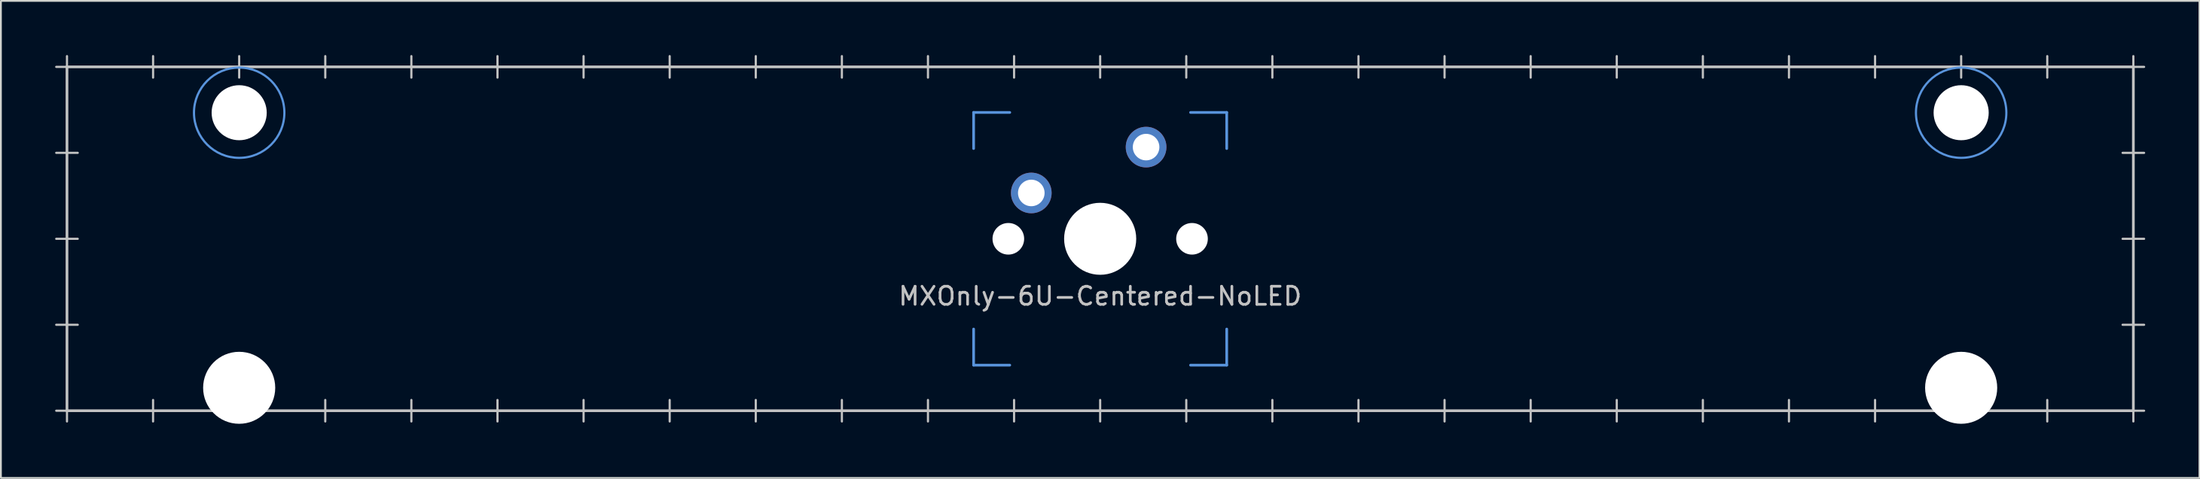
<source format=kicad_pcb>
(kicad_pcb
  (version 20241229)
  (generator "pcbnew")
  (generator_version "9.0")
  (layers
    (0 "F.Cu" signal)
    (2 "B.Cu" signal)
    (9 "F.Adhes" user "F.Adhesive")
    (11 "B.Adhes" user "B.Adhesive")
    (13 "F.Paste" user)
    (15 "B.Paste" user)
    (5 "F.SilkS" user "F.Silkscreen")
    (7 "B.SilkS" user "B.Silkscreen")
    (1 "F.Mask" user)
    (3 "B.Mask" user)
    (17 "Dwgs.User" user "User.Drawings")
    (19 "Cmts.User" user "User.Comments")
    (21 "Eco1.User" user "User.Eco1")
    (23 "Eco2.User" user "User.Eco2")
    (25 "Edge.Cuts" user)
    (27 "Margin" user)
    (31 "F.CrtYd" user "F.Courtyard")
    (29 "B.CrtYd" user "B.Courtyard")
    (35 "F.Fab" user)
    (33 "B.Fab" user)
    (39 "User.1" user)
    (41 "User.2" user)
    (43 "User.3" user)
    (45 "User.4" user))
  (footprint "MXOnly-6U-Centered-NoLED"
    (layer "F.Cu")
    (at 57.805 10.18)
    (property "Reference" "MXOnly-6U-Centered-NoLED" (at 0 3.175 0) (layer "Dwgs.User") (effects (font (size 1 1) (thickness 0.15))))
    (attr through_hole)
    (fp_line (start -57.745 -9.525) (end -57.15 -9.525) (stroke (width 0.12) (type solid)) (layer "Dwgs.User"))
    (fp_line (start -57.745 0) (end -56.555 0) (stroke (width 0.12) (type solid)) (layer "Dwgs.User"))
    (fp_line (start -57.745 4.763) (end -56.555 4.763) (stroke (width 0.12) (type solid)) (layer "Dwgs.User"))
    (fp_line (start -57.745 9.525) (end -57.15 9.525) (stroke (width 0.12) (type solid)) (layer "Dwgs.User"))
    (fp_line (start -57.15 10.12) (end -57.15 9.525) (stroke (width 0.12) (type solid)) (layer "Dwgs.User"))
    (fp_line (start -57.15 -10.12) (end -57.15 -9.525) (stroke (width 0.12) (type solid)) (layer "Dwgs.User"))
    (fp_line (start -57.15 -9.525) (end 57.15 -9.525) (stroke (width 0.15) (type solid)) (layer "Dwgs.User"))
    (fp_line (start -57.15 9.525) (end -57.15 -9.525) (stroke (width 0.15) (type solid)) (layer "Dwgs.User"))
    (fp_line (start -57.15 9.525) (end 57.15 9.525) (stroke (width 0.15) (type solid)) (layer "Dwgs.User"))
    (fp_line (start -56.555 -4.763) (end -57.745 -4.763) (stroke (width 0.12) (type solid)) (layer "Dwgs.User"))
    (fp_line (start -52.388 8.93) (end -52.388 10.12) (stroke (width 0.12) (type solid)) (layer "Dwgs.User"))
    (fp_line (start -52.387 -10.12) (end -52.387 -8.93) (stroke (width 0.12) (type solid)) (layer "Dwgs.User"))
    (fp_line (start -47.625 8.93) (end -47.625 10.12) (stroke (width 0.12) (type solid)) (layer "Dwgs.User"))
    (fp_line (start -47.625 -10.12) (end -47.625 -8.93) (stroke (width 0.12) (type solid)) (layer "Dwgs.User"))
    (fp_line (start -42.863 10.12) (end -42.863 8.93) (stroke (width 0.12) (type solid)) (layer "Dwgs.User"))
    (fp_line (start -42.862 -8.93) (end -42.862 -10.12) (stroke (width 0.12) (type solid)) (layer "Dwgs.User"))
    (fp_line (start -38.1 8.93) (end -38.1 10.12) (stroke (width 0.12) (type solid)) (layer "Dwgs.User"))
    (fp_line (start -38.1 -10.12) (end -38.1 -8.93) (stroke (width 0.12) (type solid)) (layer "Dwgs.User"))
    (fp_line (start -33.337 10.12) (end -33.337 8.93) (stroke (width 0.12) (type solid)) (layer "Dwgs.User"))
    (fp_line (start -33.337 -8.93) (end -33.337 -10.12) (stroke (width 0.12) (type solid)) (layer "Dwgs.User"))
    (fp_line (start -28.575 8.93) (end -28.575 10.12) (stroke (width 0.12) (type solid)) (layer "Dwgs.User"))
    (fp_line (start -28.575 -10.12) (end -28.575 -8.93) (stroke (width 0.12) (type solid)) (layer "Dwgs.User"))
    (fp_line (start -23.812 10.12) (end -23.812 8.93) (stroke (width 0.12) (type solid)) (layer "Dwgs.User"))
    (fp_line (start -23.812 -8.93) (end -23.812 -10.12) (stroke (width 0.12) (type solid)) (layer "Dwgs.User"))
    (fp_line (start -19.05 8.93) (end -19.05 10.12) (stroke (width 0.12) (type solid)) (layer "Dwgs.User"))
    (fp_line (start -19.05 -10.12) (end -19.05 -8.93) (stroke (width 0.12) (type solid)) (layer "Dwgs.User"))
    (fp_line (start -14.287 10.12) (end -14.287 8.93) (stroke (width 0.12) (type solid)) (layer "Dwgs.User"))
    (fp_line (start -14.287 -8.93) (end -14.287 -10.12) (stroke (width 0.12) (type solid)) (layer "Dwgs.User"))
    (fp_line (start -9.525 8.93) (end -9.525 10.12) (stroke (width 0.12) (type solid)) (layer "Dwgs.User"))
    (fp_line (start -9.525 -10.12) (end -9.525 -8.93) (stroke (width 0.12) (type solid)) (layer "Dwgs.User"))
    (fp_line (start -4.762 10.12) (end -4.762 8.93) (stroke (width 0.12) (type solid)) (layer "Dwgs.User"))
    (fp_line (start -4.762 -8.93) (end -4.762 -10.12) (stroke (width 0.12) (type solid)) (layer "Dwgs.User"))
    (fp_line (start 0.000048 -8.93) (end 0.000048 -10.12) (stroke (width 0.12) (type solid)) (layer "Dwgs.User"))
    (fp_line (start 0.000048 10.12) (end 0.000048 8.93) (stroke (width 0.12) (type solid)) (layer "Dwgs.User"))
    (fp_line (start 4.763 -10.12) (end 4.763 -8.93) (stroke (width 0.12) (type solid)) (layer "Dwgs.User"))
    (fp_line (start 4.763 8.93) (end 4.763 10.12) (stroke (width 0.12) (type solid)) (layer "Dwgs.User"))
    (fp_line (start 9.525 -8.93) (end 9.525 -10.12) (stroke (width 0.12) (type solid)) (layer "Dwgs.User"))
    (fp_line (start 9.525 10.12) (end 9.525 8.93) (stroke (width 0.12) (type solid)) (layer "Dwgs.User"))
    (fp_line (start 14.288 -10.12) (end 14.288 -8.93) (stroke (width 0.12) (type solid)) (layer "Dwgs.User"))
    (fp_line (start 14.288 8.93) (end 14.288 10.12) (stroke (width 0.12) (type solid)) (layer "Dwgs.User"))
    (fp_line (start 19.05 -8.93) (end 19.05 -10.12) (stroke (width 0.12) (type solid)) (layer "Dwgs.User"))
    (fp_line (start 19.05 10.12) (end 19.05 8.93) (stroke (width 0.12) (type solid)) (layer "Dwgs.User"))
    (fp_line (start 23.813 -10.12) (end 23.813 -8.93) (stroke (width 0.12) (type solid)) (layer "Dwgs.User"))
    (fp_line (start 23.813 8.93) (end 23.813 10.12) (stroke (width 0.12) (type solid)) (layer "Dwgs.User"))
    (fp_line (start 28.575 -8.93) (end 28.575 -10.12) (stroke (width 0.12) (type solid)) (layer "Dwgs.User"))
    (fp_line (start 28.575 10.12) (end 28.575 8.93) (stroke (width 0.12) (type solid)) (layer "Dwgs.User"))
    (fp_line (start 33.338 -10.12) (end 33.338 -8.93) (stroke (width 0.12) (type solid)) (layer "Dwgs.User"))
    (fp_line (start 33.338 8.93) (end 33.338 10.12) (stroke (width 0.12) (type solid)) (layer "Dwgs.User"))
    (fp_line (start 38.1 -8.93) (end 38.1 -10.12) (stroke (width 0.12) (type solid)) (layer "Dwgs.User"))
    (fp_line (start 38.1 10.12) (end 38.1 8.93) (stroke (width 0.12) (type solid)) (layer "Dwgs.User"))
    (fp_line (start 42.863 -10.12) (end 42.863 -8.93) (stroke (width 0.12) (type solid)) (layer "Dwgs.User"))
    (fp_line (start 42.863 8.93) (end 42.863 10.12) (stroke (width 0.12) (type solid)) (layer "Dwgs.User"))
    (fp_line (start 47.625 -8.93) (end 47.625 -10.12) (stroke (width 0.12) (type solid)) (layer "Dwgs.User"))
    (fp_line (start 47.625 10.12) (end 47.625 8.93) (stroke (width 0.12) (type solid)) (layer "Dwgs.User"))
    (fp_line (start 52.388 -10.12) (end 52.388 -8.93) (stroke (width 0.12) (type solid)) (layer "Dwgs.User"))
    (fp_line (start 52.388 8.93) (end 52.388 10.12) (stroke (width 0.12) (type solid)) (layer "Dwgs.User"))
    (fp_line (start 56.555 4.763) (end 57.745 4.763) (stroke (width 0.12) (type solid)) (layer "Dwgs.User"))
    (fp_line (start 57.15 -9.525) (end 57.15 9.525) (stroke (width 0.15) (type solid)) (layer "Dwgs.User"))
    (fp_line (start 57.15 10.12) (end 57.15 9.525) (stroke (width 0.12) (type solid)) (layer "Dwgs.User"))
    (fp_line (start 57.15 -10.12) (end 57.15 -9.525) (stroke (width 0.12) (type solid)) (layer "Dwgs.User"))
    (fp_line (start 57.745 -9.525) (end 57.15 -9.525) (stroke (width 0.12) (type solid)) (layer "Dwgs.User"))
    (fp_line (start 57.745 -4.762) (end 56.555 -4.762) (stroke (width 0.12) (type solid)) (layer "Dwgs.User"))
    (fp_line (start 57.745 0.000008) (end 56.555 0.000008) (stroke (width 0.12) (type solid)) (layer "Dwgs.User"))
    (fp_line (start 57.745 9.525) (end 57.15 9.525) (stroke (width 0.12) (type solid)) (layer "Dwgs.User"))
    (fp_line (start -7 -7) (end -7 -5) (stroke (width 0.15) (type solid)) (layer "Cmts.User"))
    (fp_line (start -7 7) (end -7 5) (stroke (width 0.15) (type solid)) (layer "Cmts.User"))
    (fp_line (start -5 -7) (end -7 -7) (stroke (width 0.15) (type solid)) (layer "Cmts.User"))
    (fp_line (start -5 7) (end -7 7) (stroke (width 0.15) (type solid)) (layer "Cmts.User"))
    (fp_line (start 5 -7) (end 7 -7) (stroke (width 0.15) (type solid)) (layer "Cmts.User"))
    (fp_line (start 7 -7) (end 7 -5) (stroke (width 0.15) (type solid)) (layer "Cmts.User"))
    (fp_line (start 7 5) (end 7 7) (stroke (width 0.15) (type solid)) (layer "Cmts.User"))
    (fp_line (start 7 7) (end 5 7) (stroke (width 0.15) (type solid)) (layer "Cmts.User"))
    (fp_circle (center -47.625 -6.985) (end -45.125 -6.985) (stroke (width 0.12) (type solid)) (fill no) (layer "Cmts.User"))
    (fp_circle (center 47.625 -6.985) (end 50.125 -6.985) (stroke (width 0.12) (type solid)) (fill no) (layer "Cmts.User"))
    (pad "" np_thru_hole circle (at -47.625 -6.985) (size 3.048 3.048) (drill 3.048) (layers "*.Cu" "*.Mask"))
    (pad "" np_thru_hole circle (at -47.625 8.255) (size 3.988 3.988) (drill 3.988) (layers "*.Cu" "*.Mask"))
    (pad "" np_thru_hole circle (at -5.08 0 48.1) (size 1.75 1.75) (drill 1.75) (layers "*.Cu" "*.Mask"))
    (pad "" np_thru_hole circle (at 0 0) (size 3.988 3.988) (drill 3.988) (layers "*.Cu" "*.Mask"))
    (pad "" np_thru_hole circle (at 5.08 0 48.1) (size 1.75 1.75) (drill 1.75) (layers "*.Cu" "*.Mask"))
    (pad "" np_thru_hole circle (at 47.625 -6.985) (size 3.048 3.048) (drill 3.048) (layers "*.Cu" "*.Mask"))
    (pad "" np_thru_hole circle (at 47.625 8.255) (size 3.988 3.988) (drill 3.988) (layers "*.Cu" "*.Mask"))
    (pad "1" thru_hole circle (at -3.81 -2.54) (size 2.25 2.25) (drill 1.47) (layers "*.Cu" "B.Mask"))
    (pad "2" thru_hole circle (at 2.54 -5.08) (size 2.25 2.25) (drill 1.47) (layers "*.Cu" "B.Mask")))
  (gr_rect
    (start -3 -3)
    (end 118.611 23.429)
    (stroke (width 0.1) (type default))
    (fill no)
    (layer "Edge.Cuts")))
</source>
